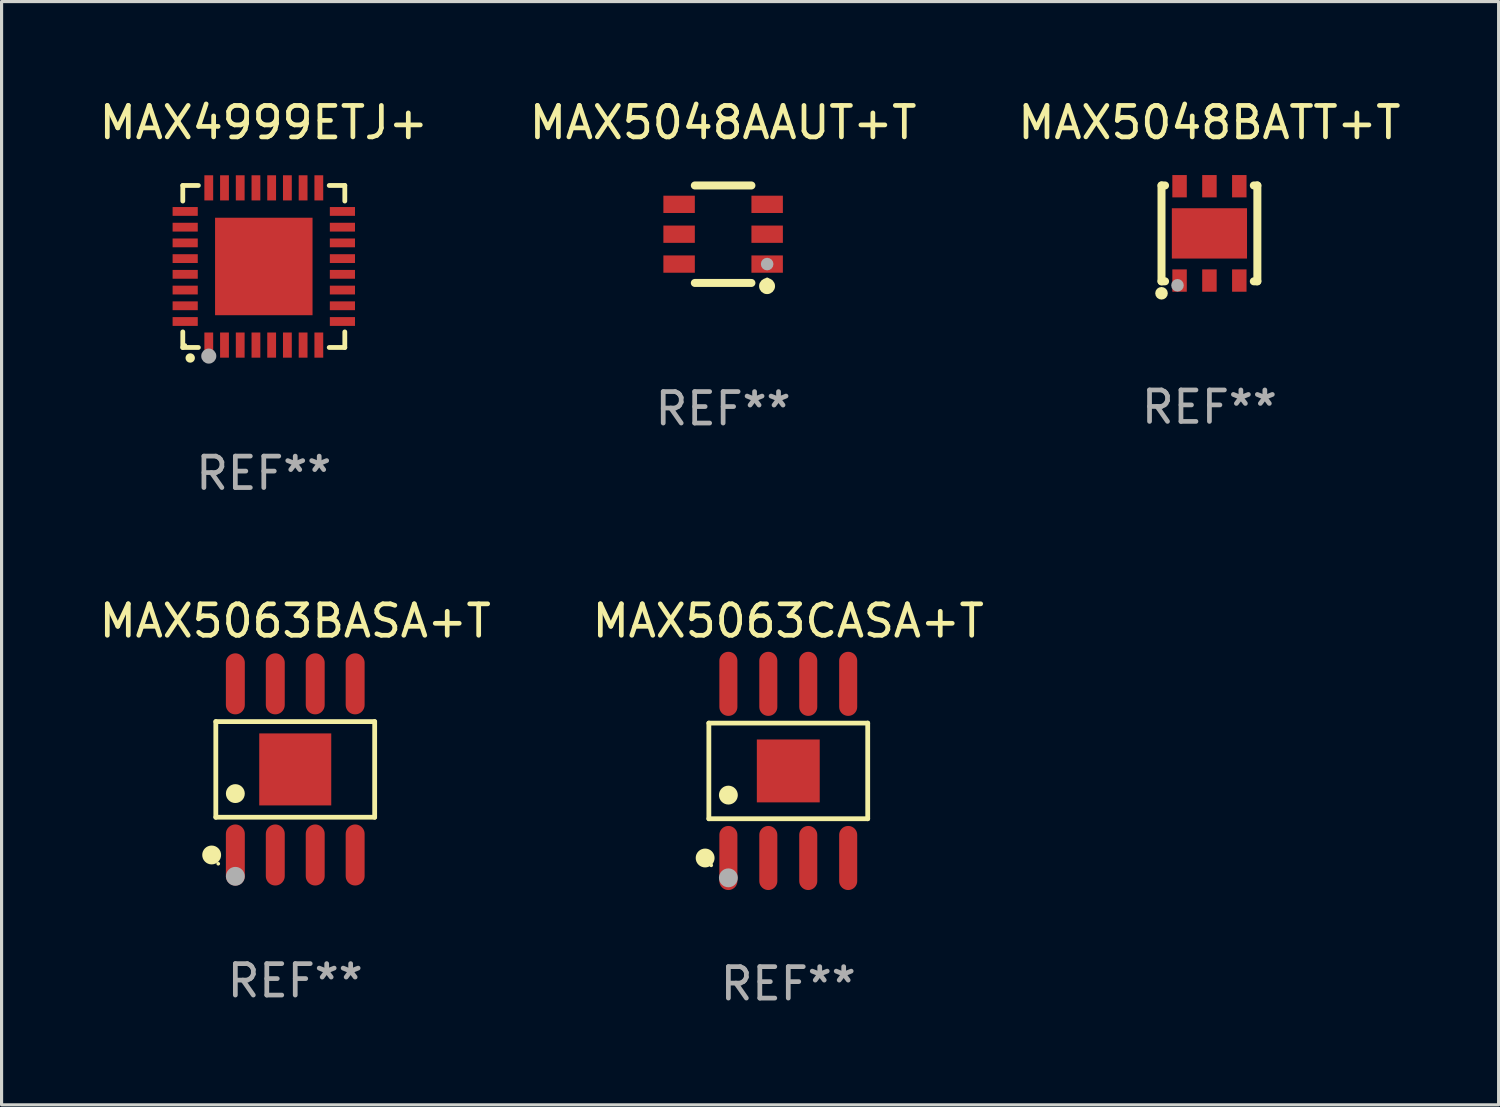
<source format=kicad_pcb>
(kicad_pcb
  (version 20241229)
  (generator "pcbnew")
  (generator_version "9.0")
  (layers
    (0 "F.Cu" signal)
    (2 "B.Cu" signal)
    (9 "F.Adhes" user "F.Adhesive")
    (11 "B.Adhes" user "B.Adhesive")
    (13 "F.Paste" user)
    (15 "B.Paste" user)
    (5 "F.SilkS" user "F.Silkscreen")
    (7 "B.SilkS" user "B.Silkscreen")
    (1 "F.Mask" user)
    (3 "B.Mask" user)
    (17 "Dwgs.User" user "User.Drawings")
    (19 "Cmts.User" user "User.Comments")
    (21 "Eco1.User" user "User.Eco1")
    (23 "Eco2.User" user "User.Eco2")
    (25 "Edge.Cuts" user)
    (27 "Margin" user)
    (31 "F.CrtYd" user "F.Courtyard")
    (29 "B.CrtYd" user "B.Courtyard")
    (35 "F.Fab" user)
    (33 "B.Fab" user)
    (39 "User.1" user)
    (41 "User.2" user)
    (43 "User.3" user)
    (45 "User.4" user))
  (footprint "MAX5063BASA+T"
    (layer "F.Cu")
    (at 6.339 21.418)
    (property "Reference" "MAX5063BASA+T" (at 0 -4.721 0) (layer "F.SilkS") (effects (font (size 1 1) (thickness 0.15))))
    (attr through_hole)
    (fp_line (start -2.526 -1.521) (end 2.526 -1.521) (stroke (width 0.152) (type solid)) (layer "F.SilkS"))
    (fp_line (start -2.526 1.521) (end -2.526 -1.521) (stroke (width 0.152) (type solid)) (layer "F.SilkS"))
    (fp_line (start 2.526 -1.521) (end 2.526 1.521) (stroke (width 0.152) (type solid)) (layer "F.SilkS"))
    (fp_line (start 2.526 1.521) (end -2.526 1.521) (stroke (width 0.152) (type solid)) (layer "F.SilkS"))
    (fp_circle (center -2.658 2.721) (end -2.508 2.721) (stroke (width 0.3) (type solid)) (fill no) (layer "F.SilkS"))
    (fp_circle (center -2.45 3) (end -2.42 3) (stroke (width 0.06) (type solid)) (fill no) (layer "F.SilkS"))
    (fp_circle (center -1.905 0.769) (end -1.755 0.769) (stroke (width 0.3) (type solid)) (fill no) (layer "F.SilkS"))
    (fp_circle (center -1.905 3.4) (end -1.755 3.4) (stroke (width 0.3) (type solid)) (fill no) (layer "F.Fab"))
    (fp_text user "REF**" (at 0 6.721 0) (layer "F.Fab") (effects (font (size 1 1) (thickness 0.15))))
    (pad "1" smd oval (at -1.905 2.721) (size 0.602 1.941) (layers "F.Cu" "F.Mask" "F.Paste"))
    (pad "2" smd oval (at -0.635 2.721) (size 0.602 1.941) (layers "F.Cu" "F.Mask" "F.Paste"))
    (pad "3" smd oval (at 0.635 2.721) (size 0.602 1.941) (layers "F.Cu" "F.Mask" "F.Paste"))
    (pad "4" smd oval (at 1.905 2.721) (size 0.602 1.941) (layers "F.Cu" "F.Mask" "F.Paste"))
    (pad "5" smd oval (at 1.905 -2.721) (size 0.602 1.941) (layers "F.Cu" "F.Mask" "F.Paste"))
    (pad "6" smd oval (at 0.635 -2.721) (size 0.602 1.941) (layers "F.Cu" "F.Mask" "F.Paste"))
    (pad "7" smd oval (at -0.635 -2.721) (size 0.602 1.941) (layers "F.Cu" "F.Mask" "F.Paste"))
    (pad "8" smd oval (at -1.905 -2.721) (size 0.602 1.941) (layers "F.Cu" "F.Mask" "F.Paste"))
    (pad "9" smd rect (at 0 0) (size 2.29 2.29) (layers "F.Cu" "F.Mask" "F.Paste")))
  (footprint "MAX5063CASA+T"
    (layer "F.Cu")
    (at 22.018 21.466)
    (property "Reference" "MAX5063CASA+T" (at 0 -4.769 0) (layer "F.SilkS") (effects (font (size 1 1) (thickness 0.15))))
    (attr through_hole)
    (fp_line (start -2.526 -1.521) (end 2.526 -1.521) (stroke (width 0.152) (type solid)) (layer "F.SilkS"))
    (fp_line (start -2.526 1.521) (end -2.526 -1.521) (stroke (width 0.152) (type solid)) (layer "F.SilkS"))
    (fp_line (start 2.526 -1.521) (end 2.526 1.521) (stroke (width 0.152) (type solid)) (layer "F.SilkS"))
    (fp_line (start 2.526 1.521) (end -2.526 1.521) (stroke (width 0.152) (type solid)) (layer "F.SilkS"))
    (fp_circle (center -2.644 2.769) (end -2.494 2.769) (stroke (width 0.3) (type solid)) (fill no) (layer "F.SilkS"))
    (fp_circle (center -2.45 3) (end -2.42 3) (stroke (width 0.06) (type solid)) (fill no) (layer "F.SilkS"))
    (fp_circle (center -1.905 0.769) (end -1.755 0.769) (stroke (width 0.3) (type solid)) (fill no) (layer "F.SilkS"))
    (fp_circle (center -1.905 3.4) (end -1.755 3.4) (stroke (width 0.3) (type solid)) (fill no) (layer "F.Fab"))
    (fp_text user "REF**" (at 0 6.769 0) (layer "F.Fab") (effects (font (size 1 1) (thickness 0.15))))
    (pad "1" smd oval (at -1.905 2.769) (size 0.574 2.038) (layers "F.Cu" "F.Mask" "F.Paste"))
    (pad "2" smd oval (at -0.635 2.769) (size 0.574 2.038) (layers "F.Cu" "F.Mask" "F.Paste"))
    (pad "3" smd oval (at 0.635 2.769) (size 0.574 2.038) (layers "F.Cu" "F.Mask" "F.Paste"))
    (pad "4" smd oval (at 1.905 2.769) (size 0.574 2.038) (layers "F.Cu" "F.Mask" "F.Paste"))
    (pad "5" smd oval (at 1.905 -2.769) (size 0.574 2.038) (layers "F.Cu" "F.Mask" "F.Paste"))
    (pad "6" smd oval (at 0.635 -2.769) (size 0.574 2.038) (layers "F.Cu" "F.Mask" "F.Paste"))
    (pad "7" smd oval (at -0.635 -2.769) (size 0.574 2.038) (layers "F.Cu" "F.Mask" "F.Paste"))
    (pad "8" smd oval (at -1.905 -2.769) (size 0.574 2.038) (layers "F.Cu" "F.Mask" "F.Paste"))
    (pad "9" smd rect (at 0 0) (size 2 2) (layers "F.Cu" "F.Mask" "F.Paste")))
  (footprint "MAX5048BATT+T"
    (layer "F.Cu")
    (at 35.411 4.372)
    (property "Reference" "MAX5048BATT+T" (at 0 -3.524 0) (layer "F.SilkS") (effects (font (size 1 1) (thickness 0.15))))
    (attr through_hole)
    (fp_line (start -1.524 -1.524) (end -1.524 1.524) (stroke (width 0.254) (type solid)) (layer "F.SilkS"))
    (fp_line (start -1.524 1.524) (end -1.411 1.524) (stroke (width 0.254) (type solid)) (layer "F.SilkS"))
    (fp_line (start -1.411 -1.524) (end -1.524 -1.524) (stroke (width 0.254) (type solid)) (layer "F.SilkS"))
    (fp_line (start 1.411 1.524) (end 1.524 1.524) (stroke (width 0.254) (type solid)) (layer "F.SilkS"))
    (fp_line (start 1.524 -1.524) (end 1.411 -1.524) (stroke (width 0.254) (type solid)) (layer "F.SilkS"))
    (fp_line (start 1.524 1.524) (end 1.524 -1.524) (stroke (width 0.254) (type solid)) (layer "F.SilkS"))
    (fp_circle (center -1.524 1.905) (end -1.424 1.905) (stroke (width 0.2) (type solid)) (fill no) (layer "F.SilkS"))
    (fp_circle (center -1.5 1.5) (end -1.47 1.5) (stroke (width 0.06) (type solid)) (fill no) (layer "F.SilkS"))
    (fp_circle (center -1.016 1.651) (end -0.916 1.651) (stroke (width 0.2) (type solid)) (fill no) (layer "F.Fab"))
    (fp_text user "REF**" (at 0 5.524 0) (layer "F.Fab") (effects (font (size 1 1) (thickness 0.15))))
    (pad "1" smd rect (at -0.95 1.5) (size 0.46 0.71) (layers "F.Cu" "F.Mask" "F.Paste"))
    (pad "2" smd rect (at 0 1.5) (size 0.46 0.71) (layers "F.Cu" "F.Mask" "F.Paste"))
    (pad "3" smd rect (at 0.95 1.5) (size 0.46 0.71) (layers "F.Cu" "F.Mask" "F.Paste"))
    (pad "4" smd rect (at 0.95 -1.5) (size 0.46 0.71) (layers "F.Cu" "F.Mask" "F.Paste"))
    (pad "5" smd rect (at 0 -1.5) (size 0.46 0.71) (layers "F.Cu" "F.Mask" "F.Paste"))
    (pad "6" smd rect (at -0.95 -1.5) (size 0.46 0.71) (layers "F.Cu" "F.Mask" "F.Paste"))
    (pad "7" smd rect (at 0 0.000127) (size 2.39 1.6) (layers "F.Cu" "F.Mask" "F.Paste")))
  (footprint "MAX5048AAUT+T"
    (layer "F.Cu")
    (at 19.946 4.398)
    (property "Reference" "MAX5048AAUT+T" (at 0 -3.55 0) (layer "F.SilkS") (effects (font (size 1 1) (thickness 0.15))))
    (attr through_hole)
    (fp_line (start -0.9 -1.55) (end 0.9 -1.55) (stroke (width 0.254) (type solid)) (layer "F.SilkS"))
    (fp_line (start -0.9 1.55) (end 0.9 1.55) (stroke (width 0.254) (type solid)) (layer "F.SilkS"))
    (fp_circle (center 1.397 1.651) (end 1.524 1.651) (stroke (width 0.254) (type solid)) (fill no) (layer "F.SilkS"))
    (fp_circle (center 1.4 1.435) (end 1.43 1.435) (stroke (width 0.06) (type solid)) (fill no) (layer "F.SilkS"))
    (fp_circle (center 1.4 0.95) (end 1.5 0.95) (stroke (width 0.2) (type solid)) (fill no) (layer "F.Fab"))
    (fp_text user "REF**" (at 0 5.55 0) (layer "F.Fab") (effects (font (size 1 1) (thickness 0.15))))
    (pad "1" smd rect (at 1.4 0.95) (size 1 0.55) (layers "F.Cu" "F.Mask" "F.Paste"))
    (pad "2" smd rect (at 1.4 -0.000102) (size 1 0.55) (layers "F.Cu" "F.Mask" "F.Paste"))
    (pad "3" smd rect (at 1.4 -0.95) (size 1 0.55) (layers "F.Cu" "F.Mask" "F.Paste"))
    (pad "4" smd rect (at -1.4 -0.95) (size 1 0.55) (layers "F.Cu" "F.Mask" "F.Paste"))
    (pad "5" smd rect (at -1.4 -0.000102) (size 1 0.55) (layers "F.Cu" "F.Mask" "F.Paste"))
    (pad "6" smd rect (at -1.4 0.95) (size 1 0.55) (layers "F.Cu" "F.Mask" "F.Paste")))
  (footprint "MAX4999ETJ+"
    (layer "F.Cu")
    (at 5.339 5.424)
    (property "Reference" "MAX4999ETJ+" (at 0 -4.576 0) (layer "F.SilkS") (effects (font (size 1 1) (thickness 0.15))))
    (attr through_hole)
    (fp_line (start -2.576 -2.576) (end -2.08 -2.576) (stroke (width 0.152) (type solid)) (layer "F.SilkS"))
    (fp_line (start -2.576 -2.08) (end -2.576 -2.576) (stroke (width 0.152) (type solid)) (layer "F.SilkS"))
    (fp_line (start -2.576 2.08) (end -2.576 2.576) (stroke (width 0.152) (type solid)) (layer "F.SilkS"))
    (fp_line (start -2.576 2.576) (end -2.08 2.576) (stroke (width 0.152) (type solid)) (layer "F.SilkS"))
    (fp_line (start 2.576 -2.576) (end 2.08 -2.576) (stroke (width 0.152) (type solid)) (layer "F.SilkS"))
    (fp_line (start 2.576 -2.08) (end 2.576 -2.576) (stroke (width 0.152) (type solid)) (layer "F.SilkS"))
    (fp_line (start 2.576 2.08) (end 2.576 2.576) (stroke (width 0.152) (type solid)) (layer "F.SilkS"))
    (fp_line (start 2.576 2.576) (end 2.08 2.576) (stroke (width 0.152) (type solid)) (layer "F.SilkS"))
    (fp_circle (center -2.5 2.5) (end -2.47 2.5) (stroke (width 0.06) (type solid)) (fill no) (layer "F.SilkS"))
    (fp_circle (center -2.34 2.91) (end -2.265 2.91) (stroke (width 0.15) (type solid)) (fill no) (layer "F.SilkS"))
    (fp_circle (center -1.75 2.85) (end -1.63 2.85) (stroke (width 0.24) (type solid)) (fill no) (layer "F.Fab"))
    (fp_text user "REF**" (at 0 6.576 0) (layer "F.Fab") (effects (font (size 1 1) (thickness 0.15))))
    (pad "1" smd rect (at -1.75 2.5) (size 0.28 0.8) (layers "F.Cu" "F.Mask" "F.Paste"))
    (pad "2" smd rect (at -1.25 2.5) (size 0.28 0.8) (layers "F.Cu" "F.Mask" "F.Paste"))
    (pad "3" smd rect (at -0.75 2.5) (size 0.28 0.8) (layers "F.Cu" "F.Mask" "F.Paste"))
    (pad "4" smd rect (at -0.25 2.5) (size 0.28 0.8) (layers "F.Cu" "F.Mask" "F.Paste"))
    (pad "5" smd rect (at 0.25 2.5) (size 0.28 0.8) (layers "F.Cu" "F.Mask" "F.Paste"))
    (pad "6" smd rect (at 0.75 2.5) (size 0.28 0.8) (layers "F.Cu" "F.Mask" "F.Paste"))
    (pad "7" smd rect (at 1.25 2.5) (size 0.28 0.8) (layers "F.Cu" "F.Mask" "F.Paste"))
    (pad "8" smd rect (at 1.75 2.5) (size 0.28 0.8) (layers "F.Cu" "F.Mask" "F.Paste"))
    (pad "9" smd rect (at 2.5 1.75) (size 0.8 0.28) (layers "F.Cu" "F.Mask" "F.Paste"))
    (pad "10" smd rect (at 2.5 1.25) (size 0.8 0.28) (layers "F.Cu" "F.Mask" "F.Paste"))
    (pad "11" smd rect (at 2.5 0.75) (size 0.8 0.28) (layers "F.Cu" "F.Mask" "F.Paste"))
    (pad "12" smd rect (at 2.5 0.25) (size 0.8 0.28) (layers "F.Cu" "F.Mask" "F.Paste"))
    (pad "13" smd rect (at 2.5 -0.25) (size 0.8 0.28) (layers "F.Cu" "F.Mask" "F.Paste"))
    (pad "14" smd rect (at 2.5 -0.75) (size 0.8 0.28) (layers "F.Cu" "F.Mask" "F.Paste"))
    (pad "15" smd rect (at 2.5 -1.25) (size 0.8 0.28) (layers "F.Cu" "F.Mask" "F.Paste"))
    (pad "16" smd rect (at 2.5 -1.75) (size 0.8 0.28) (layers "F.Cu" "F.Mask" "F.Paste"))
    (pad "17" smd rect (at 1.75 -2.5) (size 0.28 0.8) (layers "F.Cu" "F.Mask" "F.Paste"))
    (pad "18" smd rect (at 1.25 -2.5) (size 0.28 0.8) (layers "F.Cu" "F.Mask" "F.Paste"))
    (pad "19" smd rect (at 0.75 -2.5) (size 0.28 0.8) (layers "F.Cu" "F.Mask" "F.Paste"))
    (pad "20" smd rect (at 0.25 -2.5) (size 0.28 0.8) (layers "F.Cu" "F.Mask" "F.Paste"))
    (pad "21" smd rect (at -0.25 -2.5) (size 0.28 0.8) (layers "F.Cu" "F.Mask" "F.Paste"))
    (pad "22" smd rect (at -0.75 -2.5) (size 0.28 0.8) (layers "F.Cu" "F.Mask" "F.Paste"))
    (pad "23" smd rect (at -1.25 -2.5) (size 0.28 0.8) (layers "F.Cu" "F.Mask" "F.Paste"))
    (pad "24" smd rect (at -1.75 -2.5) (size 0.28 0.8) (layers "F.Cu" "F.Mask" "F.Paste"))
    (pad "25" smd rect (at -2.5 -1.75) (size 0.8 0.28) (layers "F.Cu" "F.Mask" "F.Paste"))
    (pad "26" smd rect (at -2.5 -1.25) (size 0.8 0.28) (layers "F.Cu" "F.Mask" "F.Paste"))
    (pad "27" smd rect (at -2.5 -0.75) (size 0.8 0.28) (layers "F.Cu" "F.Mask" "F.Paste"))
    (pad "28" smd rect (at -2.5 -0.25) (size 0.8 0.28) (layers "F.Cu" "F.Mask" "F.Paste"))
    (pad "29" smd rect (at -2.5 0.25) (size 0.8 0.28) (layers "F.Cu" "F.Mask" "F.Paste"))
    (pad "30" smd rect (at -2.5 0.75) (size 0.8 0.28) (layers "F.Cu" "F.Mask" "F.Paste"))
    (pad "31" smd rect (at -2.5 1.25) (size 0.8 0.28) (layers "F.Cu" "F.Mask" "F.Paste"))
    (pad "32" smd rect (at -2.5 1.75) (size 0.8 0.28) (layers "F.Cu" "F.Mask" "F.Paste"))
    (pad "33" smd rect (at 0 0) (size 3.1 3.1) (layers "F.Cu" "F.Mask" "F.Paste")))
  (gr_rect
    (start -3 -3)
    (end 44.607 32.084)
    (stroke (width 0.1) (type default))
    (fill no)
    (layer "Edge.Cuts")))
</source>
